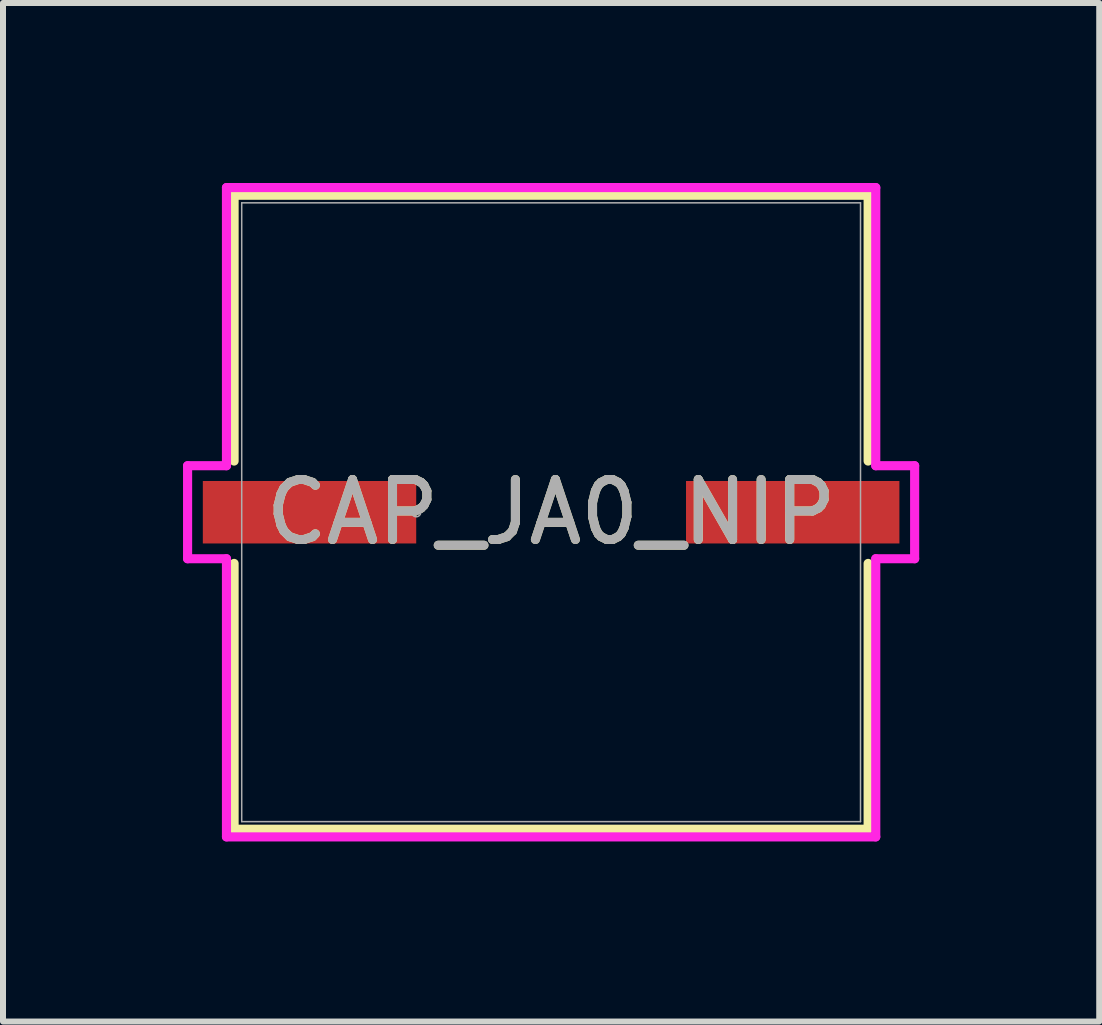
<source format=kicad_pcb>
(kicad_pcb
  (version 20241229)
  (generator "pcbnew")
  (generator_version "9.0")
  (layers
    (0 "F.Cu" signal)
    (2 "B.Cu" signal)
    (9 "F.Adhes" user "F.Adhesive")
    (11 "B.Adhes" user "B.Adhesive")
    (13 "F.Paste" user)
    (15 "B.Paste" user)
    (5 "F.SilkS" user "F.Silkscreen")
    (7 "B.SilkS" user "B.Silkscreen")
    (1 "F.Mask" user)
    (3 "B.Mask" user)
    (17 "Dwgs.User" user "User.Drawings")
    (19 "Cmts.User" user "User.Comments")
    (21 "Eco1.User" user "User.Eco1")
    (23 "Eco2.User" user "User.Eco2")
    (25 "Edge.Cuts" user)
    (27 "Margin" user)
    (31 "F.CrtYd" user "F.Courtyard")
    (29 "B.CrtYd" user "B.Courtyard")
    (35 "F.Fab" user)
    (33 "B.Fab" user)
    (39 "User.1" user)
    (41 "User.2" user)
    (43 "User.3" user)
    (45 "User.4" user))
  (footprint "CAP_JA0_NIP"
    (layer "F.Cu")
    (at 6.134 5.486)
    (property "Reference" "CAP_JA0_NIP" (at 0 0 0) (unlocked yes) (layer "F.SilkS") (effects (font (size 1 1) (thickness 0.15))))
    (attr smd)
    (fp_line (start -5.283 -5.283) (end -5.283 -0.853) (stroke (width 0.152) (type solid)) (layer "F.SilkS"))
    (fp_line (start -5.283 0.853) (end -5.283 5.283) (stroke (width 0.152) (type solid)) (layer "F.SilkS"))
    (fp_line (start -5.283 5.283) (end 5.283 5.283) (stroke (width 0.152) (type solid)) (layer "F.SilkS"))
    (fp_line (start 5.283 -5.283) (end -5.283 -5.283) (stroke (width 0.152) (type solid)) (layer "F.SilkS"))
    (fp_line (start 5.283 -0.853) (end 5.283 -5.283) (stroke (width 0.152) (type solid)) (layer "F.SilkS"))
    (fp_line (start 5.283 5.283) (end 5.283 0.853) (stroke (width 0.152) (type solid)) (layer "F.SilkS"))
    (fp_line (start -6.058 -0.775) (end -5.41 -0.775) (stroke (width 0.152) (type solid)) (layer "F.CrtYd"))
    (fp_line (start -6.058 0.775) (end -6.058 -0.775) (stroke (width 0.152) (type solid)) (layer "F.CrtYd"))
    (fp_line (start -6.058 0.775) (end -5.41 0.775) (stroke (width 0.152) (type solid)) (layer "F.CrtYd"))
    (fp_line (start -5.41 -5.41) (end 5.41 -5.41) (stroke (width 0.152) (type solid)) (layer "F.CrtYd"))
    (fp_line (start -5.41 -0.775) (end -5.41 -5.41) (stroke (width 0.152) (type solid)) (layer "F.CrtYd"))
    (fp_line (start -5.41 5.41) (end -5.41 0.775) (stroke (width 0.152) (type solid)) (layer "F.CrtYd"))
    (fp_line (start 5.41 -5.41) (end 5.41 -0.775) (stroke (width 0.152) (type solid)) (layer "F.CrtYd"))
    (fp_line (start 5.41 0.775) (end 5.41 5.41) (stroke (width 0.152) (type solid)) (layer "F.CrtYd"))
    (fp_line (start 5.41 5.41) (end -5.41 5.41) (stroke (width 0.152) (type solid)) (layer "F.CrtYd"))
    (fp_line (start 6.058 -0.775) (end 5.41 -0.775) (stroke (width 0.152) (type solid)) (layer "F.CrtYd"))
    (fp_line (start 6.058 -0.775) (end 6.058 0.775) (stroke (width 0.152) (type solid)) (layer "F.CrtYd"))
    (fp_line (start 6.058 0.775) (end 5.41 0.775) (stroke (width 0.152) (type solid)) (layer "F.CrtYd"))
    (fp_line (start -5.156 -5.156) (end -5.156 5.156) (stroke (width 0.025) (type solid)) (layer "F.Fab"))
    (fp_line (start -5.156 5.156) (end 5.156 5.156) (stroke (width 0.025) (type solid)) (layer "F.Fab"))
    (fp_line (start 5.156 -5.156) (end -5.156 -5.156) (stroke (width 0.025) (type solid)) (layer "F.Fab"))
    (fp_line (start 5.156 5.156) (end 5.156 -5.156) (stroke (width 0.025) (type solid)) (layer "F.Fab"))
    (fp_circle (center -2.248 0) (end -2.172 0) (stroke (width 0.025) (type solid)) (fill no) (layer "F.Fab"))
    (fp_text user "${REFERENCE}" (at 0 0 0) (unlocked yes) (layer "F.Fab") (effects (font (size 1 1) (thickness 0.15))))
    (pad "1" smd rect (at -4.026 0) (size 3.556 1.041) (layers "F.Cu" "F.Mask" "F.Paste"))
    (pad "2" smd rect (at 4.026 0) (size 3.556 1.041) (layers "F.Cu" "F.Mask" "F.Paste")))
  (gr_rect
    (start -3 -3)
    (end 15.268 13.973)
    (stroke (width 0.1) (type default))
    (fill no)
    (layer "Edge.Cuts")))
</source>
